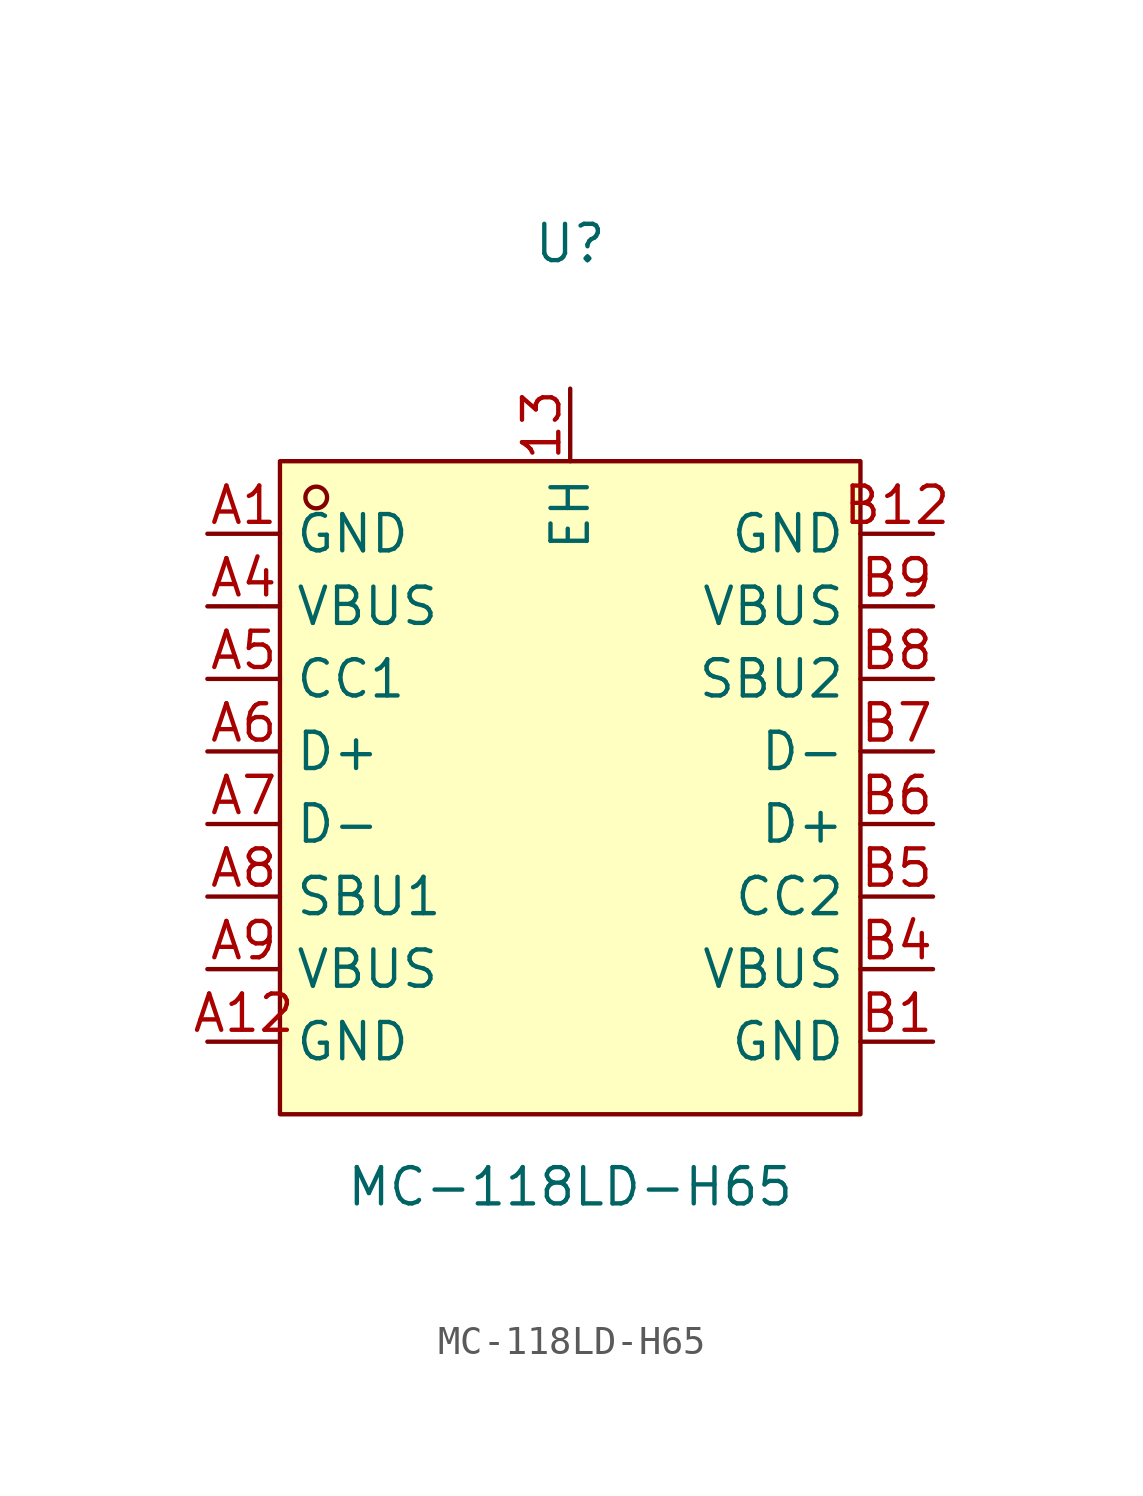
<source format=kicad_sym>
(kicad_symbol_lib
  (version 20211014)
  (generator https://github.com/uPesy/easyeda2kicad.py)
  (symbol "MC-118LD-H65"
    (property "Reference" "U"
      (at 0 17.78 0)
      (effects (font (size 1.27 1.27))))
    (property "Value" "MC-118LD-H65"
      (at 0 -15.24 0)
      (effects (font (size 1.27 1.27))))
    (symbol "MC-118LD-H65_0_1"
      (rectangle (start -10.16 10.16) (end 10.16 -12.70) (stroke (width 0) (type default) (color 0 0 0 0)) (fill (type background)))
      (circle (center -8.89 8.89) (radius 0.38) (stroke (width 0) (type default) (color 0 0 0 0)) (fill (type none)))
      (pin unspecified line (at 0.00 12.70 270) (length 2.54) (name "EH" (effects (font (size 1.27 1.27)))) (number "13" (effects (font (size 1.27 1.27)))))
      (pin unspecified line (at 12.70 7.62 180) (length 2.54) (name "GND" (effects (font (size 1.27 1.27)))) (number "B12" (effects (font (size 1.27 1.27)))))
      (pin unspecified line (at 12.70 5.08 180) (length 2.54) (name "VBUS" (effects (font (size 1.27 1.27)))) (number "B9" (effects (font (size 1.27 1.27)))))
      (pin unspecified line (at 12.70 2.54 180) (length 2.54) (name "SBU2" (effects (font (size 1.27 1.27)))) (number "B8" (effects (font (size 1.27 1.27)))))
      (pin unspecified line (at 12.70 -0.00 180) (length 2.54) (name "D-" (effects (font (size 1.27 1.27)))) (number "B7" (effects (font (size 1.27 1.27)))))
      (pin unspecified line (at 12.70 -2.54 180) (length 2.54) (name "D+" (effects (font (size 1.27 1.27)))) (number "B6" (effects (font (size 1.27 1.27)))))
      (pin unspecified line (at 12.70 -5.08 180) (length 2.54) (name "CC2" (effects (font (size 1.27 1.27)))) (number "B5" (effects (font (size 1.27 1.27)))))
      (pin unspecified line (at 12.70 -7.62 180) (length 2.54) (name "VBUS" (effects (font (size 1.27 1.27)))) (number "B4" (effects (font (size 1.27 1.27)))))
      (pin unspecified line (at 12.70 -10.16 180) (length 2.54) (name "GND" (effects (font (size 1.27 1.27)))) (number "B1" (effects (font (size 1.27 1.27)))))
      (pin unspecified line (at -12.70 -10.16 0) (length 2.54) (name "GND" (effects (font (size 1.27 1.27)))) (number "A12" (effects (font (size 1.27 1.27)))))
      (pin unspecified line (at -12.70 -7.62 0) (length 2.54) (name "VBUS" (effects (font (size 1.27 1.27)))) (number "A9" (effects (font (size 1.27 1.27)))))
      (pin unspecified line (at -12.70 -5.08 0) (length 2.54) (name "SBU1" (effects (font (size 1.27 1.27)))) (number "A8" (effects (font (size 1.27 1.27)))))
      (pin unspecified line (at -12.70 -2.54 0) (length 2.54) (name "D-" (effects (font (size 1.27 1.27)))) (number "A7" (effects (font (size 1.27 1.27)))))
      (pin unspecified line (at -12.70 -0.00 0) (length 2.54) (name "D+" (effects (font (size 1.27 1.27)))) (number "A6" (effects (font (size 1.27 1.27)))))
      (pin unspecified line (at -12.70 2.54 0) (length 2.54) (name "CC1" (effects (font (size 1.27 1.27)))) (number "A5" (effects (font (size 1.27 1.27)))))
      (pin unspecified line (at -12.70 5.08 0) (length 2.54) (name "VBUS" (effects (font (size 1.27 1.27)))) (number "A4" (effects (font (size 1.27 1.27)))))
      (pin unspecified line (at -12.70 7.62 0) (length 2.54) (name "GND" (effects (font (size 1.27 1.27)))) (number "A1" (effects (font (size 1.27 1.27))))))))
</source>
